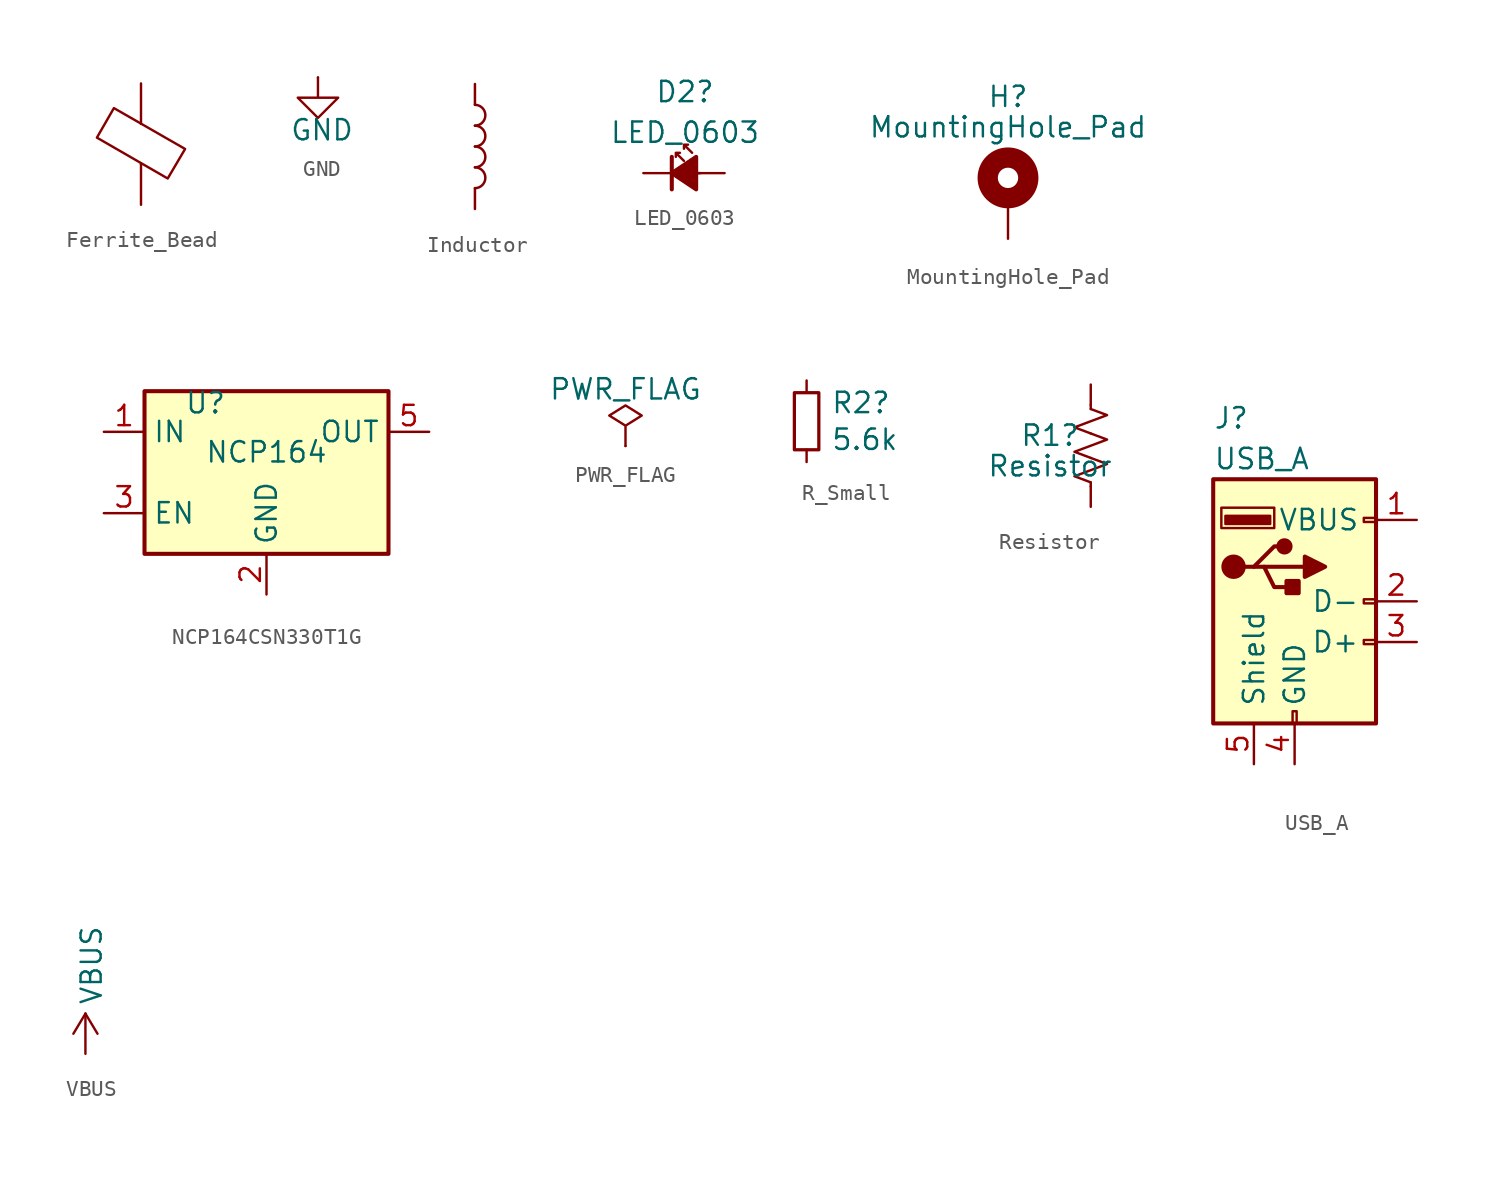
<source format=kicad_sym>
(kicad_symbol_lib
  (version 20241209)
  (generator "kicad_symbol_editor")
  (generator_version "9.0")
  (symbol "Ferrite_Bead"
    (pin_numbers
      (hide yes))
    (pin_names
      (offset 0))
    (property "Reference" "FB"
      (at -3.81 0.635 90)
      (effects (font (size 1.27 1.27)) (hide yes)))
    (symbol "Ferrite_Bead_0_1"
      (polyline (pts (xy -2.769 0.406) (xy -1.702 2.261) (xy 2.769 -0.305) (xy 1.676 -2.159) (xy -2.769 0.406)) (stroke (width 0) (type solid)) (fill (type none)))
      (polyline (pts (xy 0 1.27) (xy 0 1.295)) (stroke (width 0) (type solid)) (fill (type none)))
      (polyline (pts (xy 0 -1.27) (xy 0 -1.219)) (stroke (width 0) (type solid)) (fill (type none))))
    (symbol "Ferrite_Bead_1_1"
      (pin passive line (at 0 3.81 270) (length 2.54) (name "~" (effects (font (size 1.27 1.27)))) (number "1" (effects (font (size 1.27 1.27)))))
      (pin passive line (at 0 -3.81 90) (length 2.54) (name "~" (effects (font (size 1.27 1.27)))) (number "2" (effects (font (size 1.27 1.27)))))))
  (symbol "GND"
    (power)
    (pin_numbers
      (hide yes))
    (pin_names
      (offset 0)
      (hide yes))
    (property "Reference" "#PWR029"
      (at 0 -6.35 0)
      (effects (font (size 1.27 1.27)) (hide yes)))
    (property "Value" "GND"
      (at 0.254 -3.302 0)
      (effects (font (size 1.27 1.27))))
    (symbol "GND_0_1"
      (polyline (pts (xy 0 0) (xy 0 -1.27) (xy 1.27 -1.27) (xy 0 -2.54) (xy -1.27 -1.27) (xy 0 -1.27)) (stroke (width 0) (type default)) (fill (type none))))
    (symbol "GND_1_1"
      (pin power_in line (at 0 0 270) (length 0) (name "~" (effects (font (size 1.27 1.27)))) (number "1" (effects (font (size 1.27 1.27)))))))
  (symbol "Inductor"
    (pin_numbers
      (hide yes))
    (pin_names
      (offset 1.016)
      (hide yes))
    (property "Reference" "L1"
      (at 2.54 0 90)
      (effects (font (size 1.27 1.27)) (hide yes)))
    (symbol "Inductor_0_1"
      (arc (start 0 2.54) (mid 0.6323 1.905) (end 0 1.27) (stroke (width 0) (type solid)) (fill (type none)))
      (arc (start 0 1.27) (mid 0.6323 0.635) (end 0 0) (stroke (width 0) (type solid)) (fill (type none)))
      (arc (start 0 0) (mid 0.6323 -0.635) (end 0 -1.27) (stroke (width 0) (type solid)) (fill (type none)))
      (arc (start 0 -1.27) (mid 0.6323 -1.905) (end 0 -2.54) (stroke (width 0) (type solid)) (fill (type none))))
    (symbol "Inductor_1_1"
      (pin passive line (at 0 3.81 270) (length 1.27) (name "1" (effects (font (size 1.27 1.27)))) (number "1" (effects (font (size 1.27 1.27)))))
      (pin passive line (at 0 -3.81 90) (length 1.27) (name "2" (effects (font (size 1.27 1.27)))) (number "2" (effects (font (size 1.27 1.27)))))))
  (symbol "LED_0603"
    (pin_numbers
      (hide yes))
    (pin_names
      (offset 0.254)
      (hide yes))
    (property "Reference" "D2"
      (at 0.064 5.08 0)
      (effects (font (size 1.27 1.27))))
    (property "Value" "LED_0603"
      (at 0.064 2.54 0)
      (effects (font (size 1.27 1.27))))
    (symbol "LED_0603_0_1"
      (polyline (pts (xy -0.762 -1.016) (xy -0.762 1.016)) (stroke (width 0.254) (type default)) (fill (type none)))
      (polyline (pts (xy 0 0.762) (xy -0.508 1.27) (xy -0.254 1.27) (xy -0.508 1.27) (xy -0.508 1.016)) (stroke (width 0) (type default)) (fill (type none)))
      (polyline (pts (xy 0.508 1.27) (xy 0 1.778) (xy 0.254 1.778) (xy 0 1.778) (xy 0 1.524)) (stroke (width 0) (type default)) (fill (type none)))
      (polyline (pts (xy 0.762 -1.016) (xy -0.762 0) (xy 0.762 1.016) (xy 0.762 -1.016)) (stroke (width 0.254) (type default)) (fill (type outline)))
      (polyline (pts (xy 1.016 0) (xy -0.762 0)) (stroke (width 0) (type default)) (fill (type none))))
    (symbol "LED_0603_1_1"
      (pin passive line (at -2.54 0 0) (length 1.778) (name "K" (effects (font (size 1.27 1.27)))) (number "1" (effects (font (size 1.27 1.27)))))
      (pin passive line (at 2.54 0 180) (length 1.778) (name "A" (effects (font (size 1.27 1.27)))) (number "2" (effects (font (size 1.27 1.27)))))))
  (symbol "MountingHole_Pad"
    (pin_numbers
      (hide yes))
    (pin_names
      (offset 1.016)
      (hide yes))
    (property "Reference" "H"
      (at 0 6.35 0)
      (effects (font (size 1.27 1.27))))
    (property "Value" "MountingHole_Pad"
      (at 0 4.445 0)
      (effects (font (size 1.27 1.27))))
    (symbol "MountingHole_Pad_0_1"
      (circle (center 0 1.27) (radius 1.27) (stroke (width 1.27) (type solid)) (fill (type none))))
    (symbol "MountingHole_Pad_1_1"
      (pin input line (at 0 -2.54 90) (length 2.54) (name "1" (effects (font (size 1.27 1.27)))) (number "1" (effects (font (size 1.27 1.27)))))))
  (symbol "NCP164CSN330T1G"
    (property "Reference" "U"
      (at -3.81 5.08 0)
      (effects (font (size 1.27 1.27)) (justify top)))
    (property "Value" "NCP164"
      (at 0 1.27 0)
      (effects (font (size 1.27 1.27))))
    (symbol "NCP164CSN330T1G_0_1"
      (rectangle (start -7.62 5.08) (end 7.62 -5.08) (stroke (width 0.254) (type solid)) (fill (type background))))
    (symbol "NCP164CSN330T1G_1_1"
      (pin power_in line (at -10.16 2.54 0) (length 2.54) (name "IN" (effects (font (size 1.27 1.27)))) (number "1" (effects (font (size 1.27 1.27)))))
      (pin input line (at -10.16 -2.54 0) (length 2.54) (name "EN" (effects (font (size 1.27 1.27)))) (number "3" (effects (font (size 1.27 1.27)))))
      (pin power_in line (at 0 -7.62 90) (length 2.54) (name "GND" (effects (font (size 1.27 1.27)))) (number "2" (effects (font (size 1.27 1.27)))))
      (pin no_connect line (at 7.62 -2.54 180) (length 2.54) (hide yes) (name "NC" (effects (font (size 1.27 1.27)))) (number "4" (effects (font (size 1.27 1.27)))))
      (pin power_out line (at 10.16 2.54 180) (length 2.54) (name "OUT" (effects (font (size 1.27 1.27)))) (number "5" (effects (font (size 1.27 1.27)))))))
  (symbol "PWR_FLAG"
    (power)
    (pin_numbers
      (hide yes))
    (pin_names
      (offset 0)
      (hide yes))
    (property "Reference" "#FLG01"
      (at 0 1.905 0)
      (effects (font (size 1.27 1.27)) (hide yes)))
    (property "Value" "PWR_FLAG"
      (at 0 3.556 0)
      (effects (font (size 1.27 1.27))))
    (symbol "PWR_FLAG_0_0"
      (pin power_out line (at 0 0 90) (length 0) (name "~" (effects (font (size 1.27 1.27)))) (number "1" (effects (font (size 1.27 1.27))))))
    (symbol "PWR_FLAG_0_1"
      (polyline (pts (xy 0 0) (xy 0 1.27) (xy -1.016 1.905) (xy 0 2.54) (xy 1.016 1.905) (xy 0 1.27)) (stroke (width 0) (type default)) (fill (type none)))))
  (symbol "R_Small"
    (pin_numbers
      (hide yes))
    (pin_names
      (offset 0.254)
      (hide yes))
    (property "Reference" "R2"
      (at 1.499 1.149 0)
      (effects (font (size 1.27 1.27)) (justify left)))
    (property "Value" "5.6k"
      (at 1.499 -1.143 0)
      (effects (font (size 1.27 1.27)) (justify left)))
    (symbol "R_Small_0_1"
      (rectangle (start -0.762 1.778) (end 0.762 -1.778) (stroke (width 0.203) (type default)) (fill (type none))))
    (symbol "R_Small_1_1"
      (pin passive line (at 0 2.54 270) (length 0.762) (name "~" (effects (font (size 1.27 1.27)))) (number "1" (effects (font (size 1.27 1.27)))))
      (pin passive line (at 0 -2.54 90) (length 0.762) (name "~" (effects (font (size 1.27 1.27)))) (number "2" (effects (font (size 1.27 1.27)))))))
  (symbol "Resistor"
    (pin_numbers
      (hide yes))
    (pin_names
      (offset 0))
    (property "Reference" "R1"
      (at -2.54 0.635 0)
      (effects (font (size 1.27 1.27))))
    (property "Value" "Resistor"
      (at -2.54 -1.27 0)
      (effects (font (size 1.27 1.27))))
    (symbol "Resistor_0_1"
      (polyline (pts (xy 0 2.286) (xy 0 2.54)) (stroke (width 0) (type solid)) (fill (type none)))
      (polyline (pts (xy 0 2.286) (xy 1.016 1.905) (xy 0 1.524) (xy -1.016 1.143) (xy 0 0.762)) (stroke (width 0) (type solid)) (fill (type none)))
      (polyline (pts (xy 0 0.762) (xy 1.016 0.381) (xy 0 0) (xy -1.016 -0.381) (xy 0 -0.762)) (stroke (width 0) (type solid)) (fill (type none)))
      (polyline (pts (xy 0 -0.762) (xy 1.016 -1.143) (xy 0 -1.524) (xy -1.016 -1.905) (xy 0 -2.286)) (stroke (width 0) (type solid)) (fill (type none)))
      (polyline (pts (xy 0 -2.286) (xy 0 -2.54)) (stroke (width 0) (type solid)) (fill (type none))))
    (symbol "Resistor_1_1"
      (pin passive line (at 0 3.81 270) (length 1.27) (name "~" (effects (font (size 1.27 1.27)))) (number "1" (effects (font (size 1.27 1.27)))))
      (pin passive line (at 0 -3.81 90) (length 1.27) (name "~" (effects (font (size 1.27 1.27)))) (number "2" (effects (font (size 1.27 1.27)))))))
  (symbol "USB_A"
    (pin_names
      (offset 1.016))
    (property "Reference" "J"
      (at -5.08 11.43 0)
      (effects (font (size 1.27 1.27)) (justify left)))
    (property "Value" "USB_A"
      (at -5.08 8.89 0)
      (effects (font (size 1.27 1.27)) (justify left)))
    (symbol "USB_A_0_1"
      (rectangle (start -5.08 -7.62) (end 5.08 7.62) (stroke (width 0.254) (type solid)) (fill (type background)))
      (circle (center -3.81 2.159) (radius 0.635) (stroke (width 0.254) (type solid)) (fill (type outline)))
      (polyline (pts (xy -3.175 2.159) (xy -2.54 2.159) (xy -1.27 3.429) (xy -0.635 3.429)) (stroke (width 0.254) (type solid)) (fill (type none)))
      (polyline (pts (xy -2.54 2.159) (xy -1.905 2.159) (xy -1.27 0.889) (xy 0 0.889)) (stroke (width 0.254) (type solid)) (fill (type none)))
      (rectangle (start -1.524 4.826) (end -4.318 5.334) (stroke (width 0) (type solid)) (fill (type outline)))
      (rectangle (start -1.27 4.572) (end -4.572 5.842) (stroke (width 0) (type solid)) (fill (type none)))
      (circle (center -0.635 3.429) (radius 0.381) (stroke (width 0.254) (type solid)) (fill (type outline)))
      (rectangle (start -0.127 -7.62) (end 0.127 -6.858) (stroke (width 0) (type solid)) (fill (type none)))
      (rectangle (start 0.254 1.27) (end -0.508 0.508) (stroke (width 0.254) (type solid)) (fill (type outline)))
      (polyline (pts (xy 0.635 2.794) (xy 0.635 1.524) (xy 1.905 2.159) (xy 0.635 2.794)) (stroke (width 0.254) (type solid)) (fill (type outline)))
      (rectangle (start 5.08 4.953) (end 4.318 5.207) (stroke (width 0) (type solid)) (fill (type none)))
      (rectangle (start 5.08 -0.127) (end 4.318 0.127) (stroke (width 0) (type solid)) (fill (type none)))
      (rectangle (start 5.08 -2.667) (end 4.318 -2.413) (stroke (width 0) (type solid)) (fill (type none))))
    (symbol "USB_A_1_1"
      (polyline (pts (xy -1.905 2.159) (xy 0.635 2.159)) (stroke (width 0.254) (type solid)) (fill (type none)))
      (pin passive line (at -2.54 -10.16 90) (length 2.54) (name "Shield" (effects (font (size 1.27 1.27)))) (number "5" (effects (font (size 1.27 1.27)))))
      (pin power_in line (at 0 -10.16 90) (length 2.54) (name "GND" (effects (font (size 1.27 1.27)))) (number "4" (effects (font (size 1.27 1.27)))))
      (pin power_in line (at 7.62 5.08 180) (length 2.54) (name "VBUS" (effects (font (size 1.27 1.27)))) (number "1" (effects (font (size 1.27 1.27)))))
      (pin passive line (at 7.62 0 180) (length 2.54) (name "D-" (effects (font (size 1.27 1.27)))) (number "2" (effects (font (size 1.27 1.27)))))
      (pin passive line (at 7.62 -2.54 180) (length 2.54) (name "D+" (effects (font (size 1.27 1.27)))) (number "3" (effects (font (size 1.27 1.27)))))))
  (symbol "VBUS"
    (power)
    (pin_names
      (offset 0))
    (property "Reference" "#PWR0105"
      (at 0 -3.81 0)
      (effects (font (size 1.27 1.27)) (hide yes)))
    (property "Value" "VBUS"
      (at 0.381 3.048 90)
      (effects (font (size 1.27 1.27)) (justify left)))
    (symbol "VBUS_0_1"
      (polyline (pts (xy -0.762 1.27) (xy 0 2.54)) (stroke (width 0) (type default)) (fill (type none)))
      (polyline (pts (xy 0 2.54) (xy 0.762 1.27)) (stroke (width 0) (type default)) (fill (type none)))
      (polyline (pts (xy 0 0) (xy 0 2.54)) (stroke (width 0) (type default)) (fill (type none))))
    (symbol "VBUS_1_1"
      (pin power_in line (at 0 0 90) (length 0) (hide yes) (name "VBUS" (effects (font (size 1.27 1.27)))) (number "1" (effects (font (size 1.27 1.27))))))))
</source>
